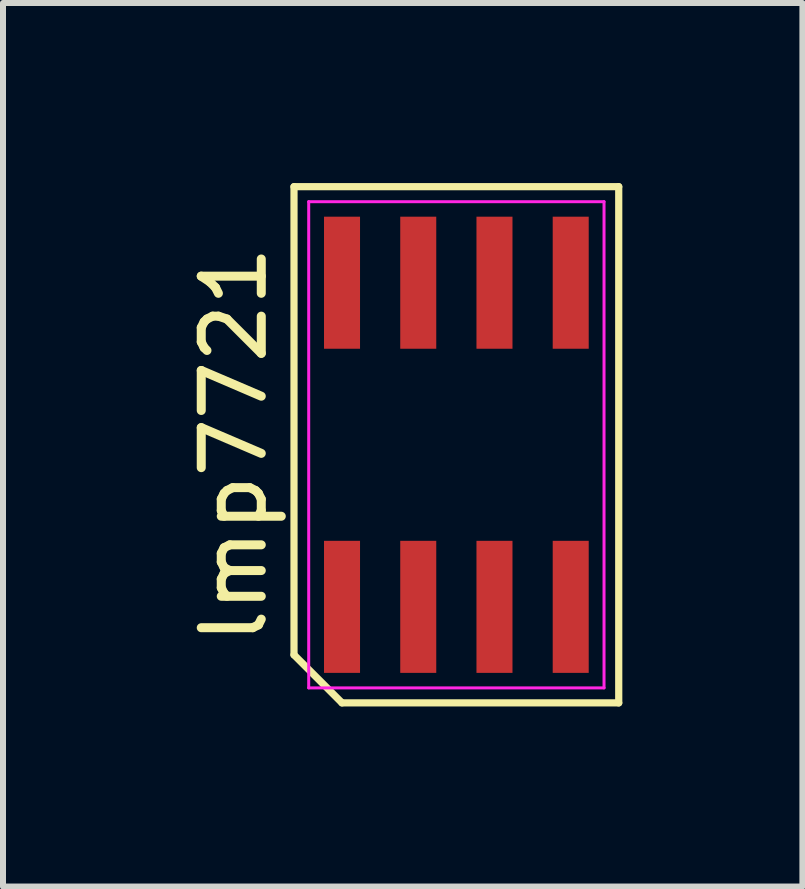
<source format=kicad_pcb>
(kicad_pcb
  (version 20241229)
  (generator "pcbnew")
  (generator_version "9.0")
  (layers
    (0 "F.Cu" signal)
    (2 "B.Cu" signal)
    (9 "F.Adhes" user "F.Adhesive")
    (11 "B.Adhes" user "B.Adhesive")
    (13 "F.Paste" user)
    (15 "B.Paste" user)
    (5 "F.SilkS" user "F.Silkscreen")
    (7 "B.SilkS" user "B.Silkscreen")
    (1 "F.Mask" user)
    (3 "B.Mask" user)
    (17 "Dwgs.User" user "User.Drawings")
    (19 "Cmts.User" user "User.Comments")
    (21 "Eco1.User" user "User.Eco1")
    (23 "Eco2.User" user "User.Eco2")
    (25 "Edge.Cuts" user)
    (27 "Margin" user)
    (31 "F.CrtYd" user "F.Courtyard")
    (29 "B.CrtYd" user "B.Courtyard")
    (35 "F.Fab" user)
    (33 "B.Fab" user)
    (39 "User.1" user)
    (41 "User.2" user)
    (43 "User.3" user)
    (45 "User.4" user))
  (footprint "lmp7721"
    (layer "F.Cu")
    (at 4.553 4.36)
    (property "Reference" "lmp7721" (at -3.705 0 90) (layer "F.SilkS") (effects (font (size 1 1) (thickness 0.15))))
    (attr smd)
    (fp_line (start -2.705 -4.3) (end 2.705 -4.3) (stroke (width 0.12) (type solid)) (layer "F.SilkS"))
    (fp_line (start -2.705 3.5) (end -2.705 -4.3) (stroke (width 0.12) (type solid)) (layer "F.SilkS"))
    (fp_line (start -1.905 4.3) (end -2.705 3.5) (stroke (width 0.12) (type solid)) (layer "F.SilkS"))
    (fp_line (start 2.705 -4.3) (end 2.705 4.3) (stroke (width 0.12) (type solid)) (layer "F.SilkS"))
    (fp_line (start 2.705 4.3) (end -1.905 4.3) (stroke (width 0.12) (type solid)) (layer "F.SilkS"))
    (fp_line (start -2.46 -4.05) (end 2.46 -4.05) (stroke (width 0.05) (type solid)) (layer "F.CrtYd"))
    (fp_line (start -2.46 4.05) (end -2.46 -4.05) (stroke (width 0.05) (type solid)) (layer "F.CrtYd"))
    (fp_line (start 2.46 -4.05) (end 2.46 4.05) (stroke (width 0.05) (type solid)) (layer "F.CrtYd"))
    (fp_line (start 2.46 4.05) (end -2.46 4.05) (stroke (width 0.05) (type solid)) (layer "F.CrtYd"))
    (pad "1" smd rect (at -1.905 2.7) (size 0.6 2.2) (layers "F.Cu" "F.Mask" "F.Paste"))
    (pad "2" smd rect (at -0.635 2.7) (size 0.6 2.2) (layers "F.Cu" "F.Mask" "F.Paste"))
    (pad "3" smd rect (at 0.635 2.7) (size 0.6 2.2) (layers "F.Cu" "F.Mask" "F.Paste"))
    (pad "4" smd rect (at 1.905 2.7) (size 0.6 2.2) (layers "F.Cu" "F.Mask" "F.Paste"))
    (pad "5" smd rect (at 1.905 -2.7) (size 0.6 2.2) (layers "F.Cu" "F.Mask" "F.Paste"))
    (pad "6" smd rect (at 0.635 -2.7) (size 0.6 2.2) (layers "F.Cu" "F.Mask" "F.Paste"))
    (pad "7" smd rect (at -0.635 -2.7) (size 0.6 2.2) (layers "F.Cu" "F.Mask" "F.Paste"))
    (pad "8" smd rect (at -1.905 -2.7) (size 0.6 2.2) (layers "F.Cu" "F.Mask" "F.Paste")))
  (gr_rect
    (start -3 -3)
    (end 10.318 11.72)
    (stroke (width 0.1) (type default))
    (fill no)
    (layer "Edge.Cuts")))
</source>
